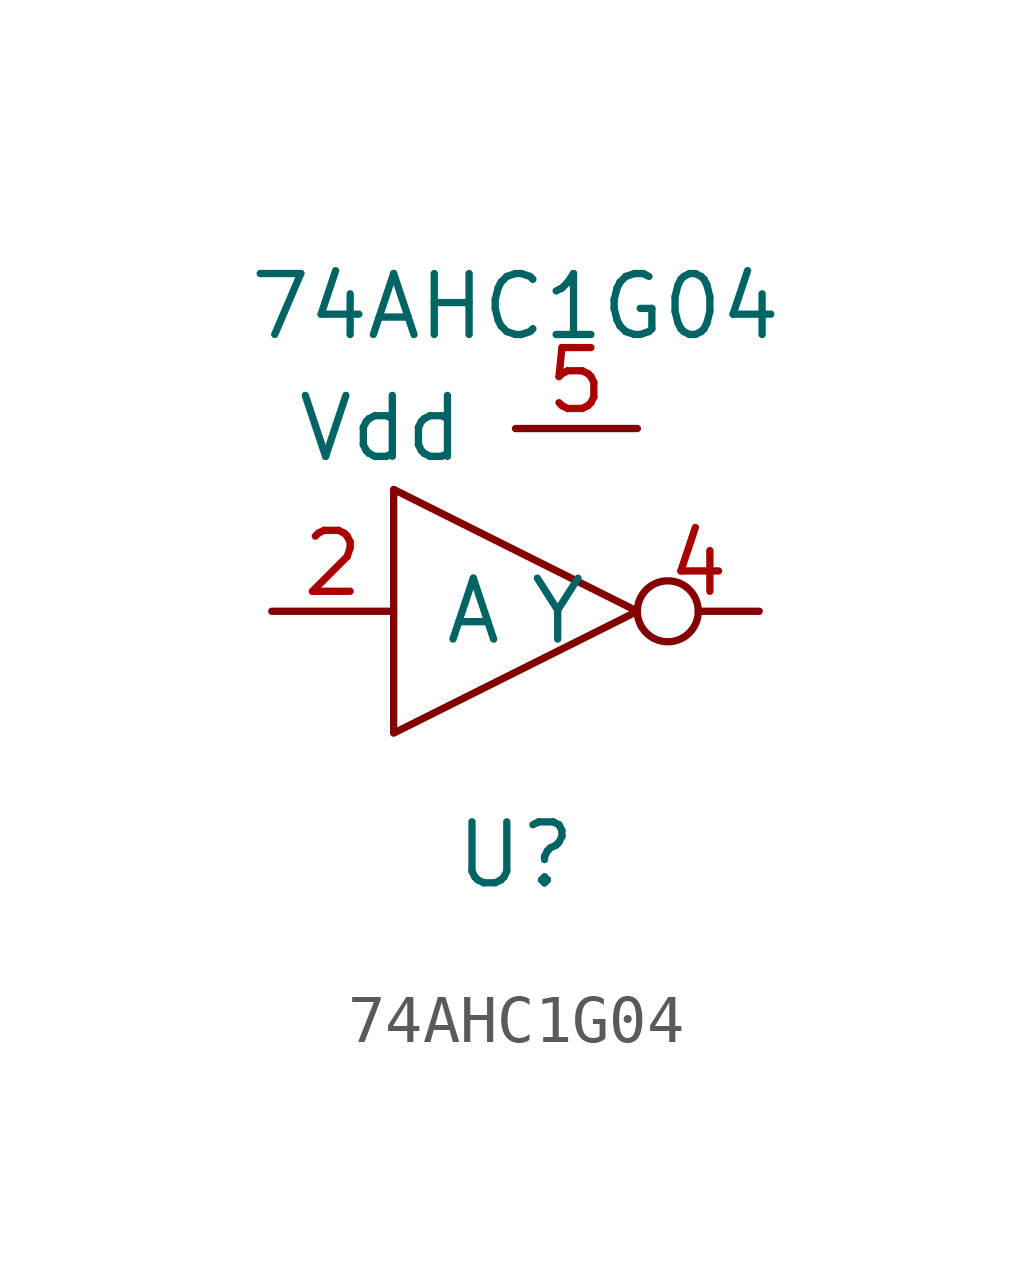
<source format=kicad_sym>
(kicad_symbol_lib
  (version 20211014)
  (generator kicad_symbol_editor)
  (symbol "74AHC1G04"
    (pin_names
      (offset 1.016))
    (property "Reference" "U"
      (at 0 -5.08 0)
      (effects (font (size 1.27 1.27))))
    (property "Value" "74AHC1G04"
      (at 0 6.35 0)
      (effects (font (size 1.27 1.27))))
    (symbol "74AHC1G04_0_1"
      (polyline (pts (xy 2.54 0) (xy -2.54 2.54) (xy -2.54 -2.54) (xy 2.54 0)) (stroke (width 0) (type default) (color 0 0 0 0)) (fill (type none))))
    (symbol "74AHC1G04_1_1"
      (pin no_connect line (at 2.54 -6.35 180) (length 2.54) hide (name "nc" (effects (font (size 1.27 1.27)))) (number "1" (effects (font (size 1.27 1.27)))))
      (pin input line (at -5.08 0 0) (length 2.54) (name "A" (effects (font (size 1.27 1.27)))) (number "2" (effects (font (size 1.27 1.27)))))
      (pin power_in line (at 2.54 -3.81 180) (length 2.54) hide (name "GND" (effects (font (size 1.27 1.27)))) (number "3" (effects (font (size 1.27 1.27)))))
      (pin output inverted (at 5.08 0 180) (length 2.54) (name "Y" (effects (font (size 1.27 1.27)))) (number "4" (effects (font (size 1.27 1.27)))))
      (pin power_in line (at 2.54 3.81 180) (length 2.54) (name "Vdd" (effects (font (size 1.27 1.27)))) (number "5" (effects (font (size 1.27 1.27))))))))
</source>
